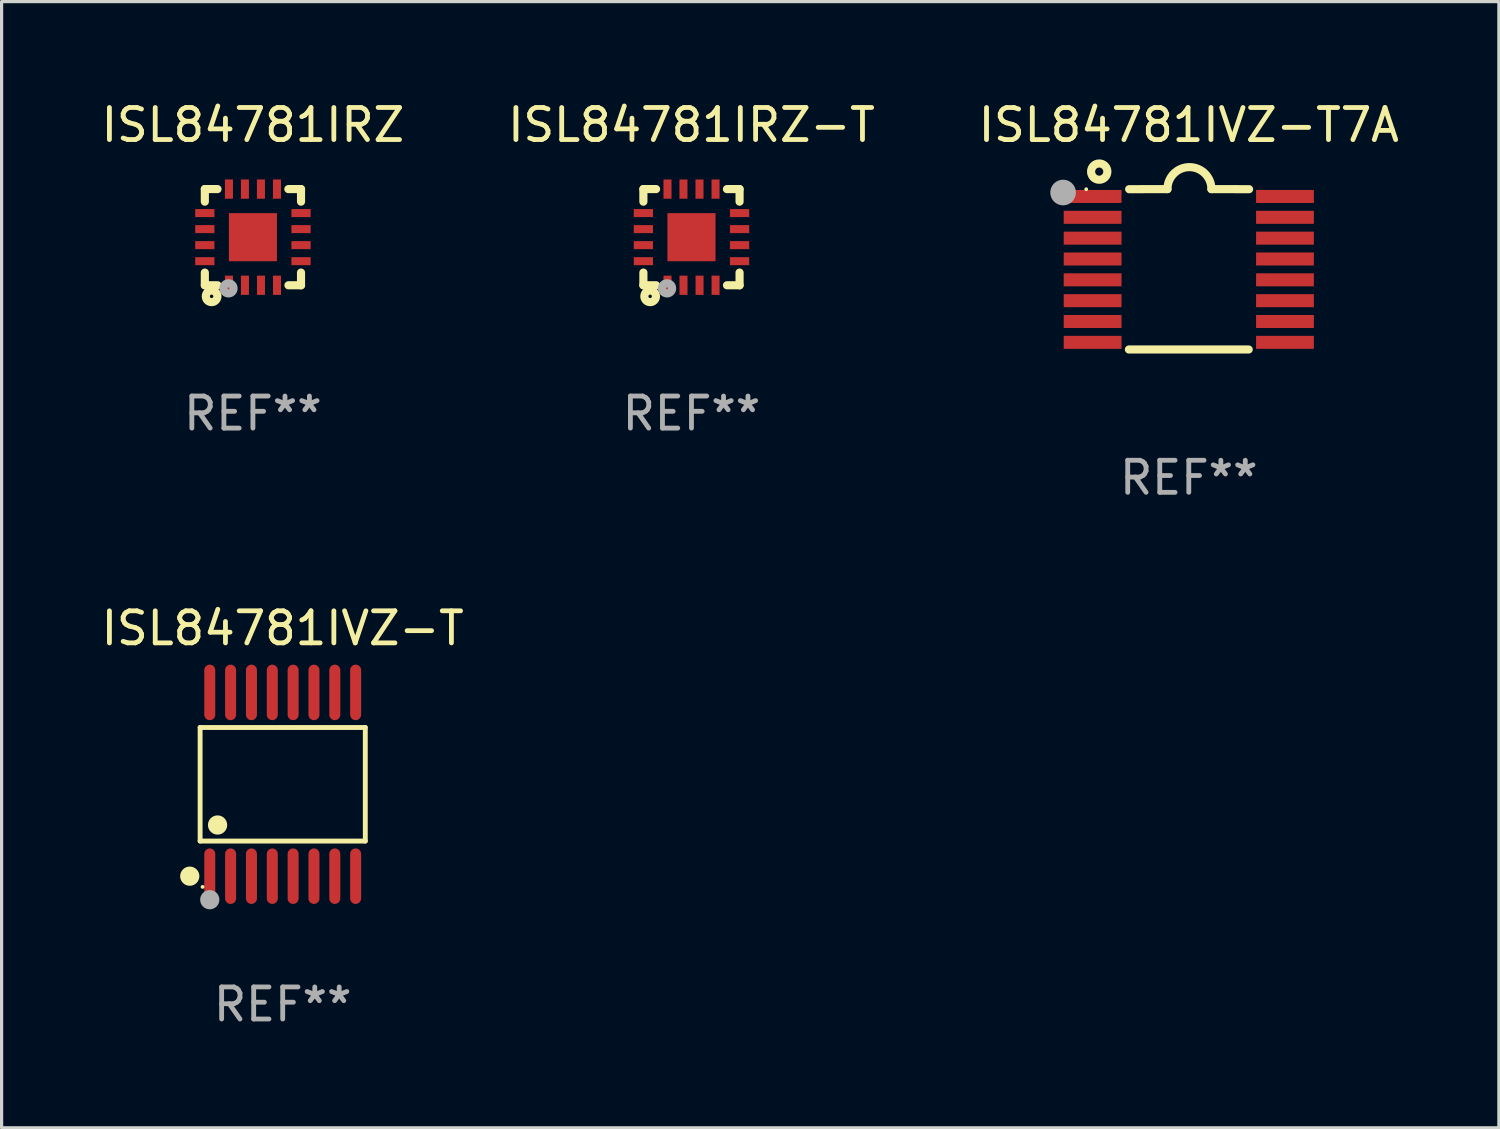
<source format=kicad_pcb>
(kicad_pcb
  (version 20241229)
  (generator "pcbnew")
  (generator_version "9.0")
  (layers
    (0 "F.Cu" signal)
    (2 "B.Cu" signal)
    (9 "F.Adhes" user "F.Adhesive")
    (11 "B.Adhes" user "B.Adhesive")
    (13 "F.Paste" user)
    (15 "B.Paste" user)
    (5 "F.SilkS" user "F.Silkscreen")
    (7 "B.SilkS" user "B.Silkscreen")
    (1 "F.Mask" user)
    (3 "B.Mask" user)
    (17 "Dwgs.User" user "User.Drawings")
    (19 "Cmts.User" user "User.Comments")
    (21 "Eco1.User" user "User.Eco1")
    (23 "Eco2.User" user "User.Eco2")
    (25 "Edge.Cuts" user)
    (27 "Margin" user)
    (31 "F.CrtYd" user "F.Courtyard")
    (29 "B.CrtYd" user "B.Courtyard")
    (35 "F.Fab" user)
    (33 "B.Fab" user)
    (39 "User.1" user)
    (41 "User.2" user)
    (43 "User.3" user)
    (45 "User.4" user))
  (footprint "ISL84781IRZ"
    (layer "F.Cu")
    (at 4.839 4.348)
    (property "Reference" "ISL84781IRZ" (at 0 -3.5 0) (layer "F.SilkS") (effects (font (size 1 1) (thickness 0.15))))
    (attr through_hole)
    (fp_line (start -1.5 -1.5) (end -1.5 -1.108) (stroke (width 0.254) (type solid)) (layer "F.SilkS"))
    (fp_line (start -1.5 -1.5) (end -1.105 -1.5) (stroke (width 0.254) (type solid)) (layer "F.SilkS"))
    (fp_line (start -1.5 1.104) (end -1.5 1.5) (stroke (width 0.254) (type solid)) (layer "F.SilkS"))
    (fp_line (start -1.5 1.5) (end -1.105 1.5) (stroke (width 0.254) (type solid)) (layer "F.SilkS"))
    (fp_line (start 1.106 -1.5) (end 1.5 -1.5) (stroke (width 0.254) (type solid)) (layer "F.SilkS"))
    (fp_line (start 1.108 1.5) (end 1.5 1.5) (stroke (width 0.254) (type solid)) (layer "F.SilkS"))
    (fp_line (start 1.5 -1.108) (end 1.5 -1.5) (stroke (width 0.254) (type solid)) (layer "F.SilkS"))
    (fp_line (start 1.5 1.5) (end 1.5 1.104) (stroke (width 0.254) (type solid)) (layer "F.SilkS"))
    (fp_circle (center -1.5 1.5) (end -1.47 1.5) (stroke (width 0.06) (type solid)) (fill no) (layer "F.SilkS"))
    (fp_circle (center -1.289 1.845) (end -1.235 1.845) (stroke (width 0.254) (type solid)) (fill no) (layer "F.SilkS"))
    (fp_circle (center -0.762 1.596) (end -0.731 1.596) (stroke (width 0.254) (type solid)) (fill no) (layer "F.Fab"))
    (fp_text user "REF**" (at 0 5.5 0) (layer "F.Fab") (effects (font (size 1 1) (thickness 0.15))))
    (pad "1" smd rect (at -0.748 1.5 180) (size 0.25 0.6) (layers "F.Cu" "F.Mask" "F.Paste"))
    (pad "2" smd rect (at -0.249 1.5 180) (size 0.25 0.6) (layers "F.Cu" "F.Mask" "F.Paste"))
    (pad "3" smd rect (at 0.252 1.5 180) (size 0.25 0.6) (layers "F.Cu" "F.Mask" "F.Paste"))
    (pad "4" smd rect (at 0.751 1.5 180) (size 0.25 0.6) (layers "F.Cu" "F.Mask" "F.Paste"))
    (pad "5" smd rect (at 1.5 0.748 270) (size 0.25 0.6) (layers "F.Cu" "F.Mask" "F.Paste"))
    (pad "6" smd rect (at 1.5 0.248 270) (size 0.25 0.6) (layers "F.Cu" "F.Mask" "F.Paste"))
    (pad "7" smd rect (at 1.5 -0.252 270) (size 0.25 0.6) (layers "F.Cu" "F.Mask" "F.Paste"))
    (pad "8" smd rect (at 1.5 -0.752 270) (size 0.25 0.6) (layers "F.Cu" "F.Mask" "F.Paste"))
    (pad "9" smd rect (at 0.75 -1.5) (size 0.25 0.6) (layers "F.Cu" "F.Mask" "F.Paste"))
    (pad "10" smd rect (at 0.25 -1.5) (size 0.25 0.6) (layers "F.Cu" "F.Mask" "F.Paste"))
    (pad "11" smd rect (at -0.25 -1.5) (size 0.25 0.6) (layers "F.Cu" "F.Mask" "F.Paste"))
    (pad "12" smd rect (at -0.748 -1.5) (size 0.25 0.6) (layers "F.Cu" "F.Mask" "F.Paste"))
    (pad "13" smd rect (at -1.5 -0.752 90) (size 0.25 0.6) (layers "F.Cu" "F.Mask" "F.Paste"))
    (pad "14" smd rect (at -1.5 -0.252 90) (size 0.25 0.6) (layers "F.Cu" "F.Mask" "F.Paste"))
    (pad "15" smd rect (at -1.5 0.248 90) (size 0.25 0.6) (layers "F.Cu" "F.Mask" "F.Paste"))
    (pad "16" smd rect (at -1.5 0.748 90) (size 0.25 0.6) (layers "F.Cu" "F.Mask" "F.Paste"))
    (pad "17" smd rect (at -0.000064 0.000076 90) (size 1.5 1.5) (layers "F.Cu" "F.Mask" "F.Paste")))
  (footprint "ISL84781IVZ-T7A"
    (layer "F.Cu")
    (at 34.03 5.35)
    (property "Reference" "ISL84781IVZ-T7A" (at 0 -4.501 0) (layer "F.SilkS") (effects (font (size 1 1) (thickness 0.15))))
    (attr through_hole)
    (fp_line (start -1.868 2.501) (end 1.868 2.501) (stroke (width 0.254) (type solid)) (layer "F.SilkS"))
    (fp_line (start -1.86 -2.499) (end -0.666 -2.501) (stroke (width 0.254) (type solid)) (layer "F.SilkS"))
    (fp_line (start 0.706 -2.501) (end 1.88 -2.499) (stroke (width 0.254) (type solid)) (layer "F.SilkS"))
    (fp_arc (start -0.665914 -2.501448) (mid 0.019888 -3.18725) (end 0.70569 -2.501448) (stroke (width 0.254001) (type solid)) (layer "F.SilkS"))
    (fp_circle (center -3.2 -2.497) (end -3.17 -2.497) (stroke (width 0.06) (type solid)) (fill no) (layer "F.SilkS"))
    (fp_circle (center -2.794 -3.047) (end -2.54 -3.047) (stroke (width 0.254) (type solid)) (fill no) (layer "F.SilkS"))
    (fp_circle (center -3.921 -2.395) (end -3.721 -2.395) (stroke (width 0.4) (type solid)) (fill no) (layer "F.Fab"))
    (fp_text user "REF**" (at 0 6.501 0) (layer "F.Fab") (effects (font (size 1 1) (thickness 0.15))))
    (pad "1" smd rect (at -3 -2.272) (size 1.803 0.406) (layers "F.Cu" "F.Mask" "F.Paste"))
    (pad "2" smd rect (at -3 -1.622) (size 1.803 0.406) (layers "F.Cu" "F.Mask" "F.Paste"))
    (pad "3" smd rect (at -3 -0.972) (size 1.803 0.406) (layers "F.Cu" "F.Mask" "F.Paste"))
    (pad "4" smd rect (at -3 -0.322) (size 1.803 0.406) (layers "F.Cu" "F.Mask" "F.Paste"))
    (pad "5" smd rect (at -3 0.328) (size 1.803 0.406) (layers "F.Cu" "F.Mask" "F.Paste"))
    (pad "6" smd rect (at -3 0.978) (size 1.803 0.406) (layers "F.Cu" "F.Mask" "F.Paste"))
    (pad "7" smd rect (at -3 1.628) (size 1.803 0.406) (layers "F.Cu" "F.Mask" "F.Paste"))
    (pad "8" smd rect (at -3 2.278) (size 1.803 0.406) (layers "F.Cu" "F.Mask" "F.Paste"))
    (pad "9" smd rect (at 3 2.278) (size 1.803 0.406) (layers "F.Cu" "F.Mask" "F.Paste"))
    (pad "10" smd rect (at 3 1.628) (size 1.803 0.406) (layers "F.Cu" "F.Mask" "F.Paste"))
    (pad "11" smd rect (at 3 0.978) (size 1.803 0.406) (layers "F.Cu" "F.Mask" "F.Paste"))
    (pad "12" smd rect (at 3 0.328) (size 1.803 0.406) (layers "F.Cu" "F.Mask" "F.Paste"))
    (pad "13" smd rect (at 3 -0.322) (size 1.803 0.406) (layers "F.Cu" "F.Mask" "F.Paste"))
    (pad "14" smd rect (at 3 -0.972) (size 1.803 0.406) (layers "F.Cu" "F.Mask" "F.Paste"))
    (pad "15" smd rect (at 3 -1.622) (size 1.803 0.406) (layers "F.Cu" "F.Mask" "F.Paste"))
    (pad "16" smd rect (at 3 -2.272) (size 1.803 0.406) (layers "F.Cu" "F.Mask" "F.Paste")))
  (footprint "ISL84781IVZ-T"
    (layer "F.Cu")
    (at 5.768 21.413)
    (property "Reference" "ISL84781IVZ-T" (at 0 -4.866 0) (layer "F.SilkS") (effects (font (size 1 1) (thickness 0.15))))
    (attr through_hole)
    (fp_line (start -2.576 -1.772) (end 2.576 -1.772) (stroke (width 0.152) (type solid)) (layer "F.SilkS"))
    (fp_line (start -2.576 1.771) (end -2.576 -1.772) (stroke (width 0.152) (type solid)) (layer "F.SilkS"))
    (fp_line (start 2.576 -1.772) (end 2.576 1.771) (stroke (width 0.152) (type solid)) (layer "F.SilkS"))
    (fp_line (start 2.576 1.771) (end -2.576 1.771) (stroke (width 0.152) (type solid)) (layer "F.SilkS"))
    (fp_circle (center -2.899 2.866) (end -2.749 2.866) (stroke (width 0.3) (type solid)) (fill no) (layer "F.SilkS"))
    (fp_circle (center -2.5 3.2) (end -2.47 3.2) (stroke (width 0.06) (type solid)) (fill no) (layer "F.SilkS"))
    (fp_circle (center -2.032 1.27) (end -1.882 1.27) (stroke (width 0.3) (type solid)) (fill no) (layer "F.SilkS"))
    (fp_circle (center -2.275 3.6) (end -2.125 3.6) (stroke (width 0.3) (type solid)) (fill no) (layer "F.Fab"))
    (fp_text user "REF**" (at 0 6.866 0) (layer "F.Fab") (effects (font (size 1 1) (thickness 0.15))))
    (pad "1" smd oval (at -2.275 2.866) (size 0.343 1.731) (layers "F.Cu" "F.Mask" "F.Paste"))
    (pad "2" smd oval (at -1.625 2.866) (size 0.343 1.731) (layers "F.Cu" "F.Mask" "F.Paste"))
    (pad "3" smd oval (at -0.975 2.866) (size 0.343 1.731) (layers "F.Cu" "F.Mask" "F.Paste"))
    (pad "4" smd oval (at -0.325 2.866) (size 0.343 1.731) (layers "F.Cu" "F.Mask" "F.Paste"))
    (pad "5" smd oval (at 0.325 2.866) (size 0.343 1.731) (layers "F.Cu" "F.Mask" "F.Paste"))
    (pad "6" smd oval (at 0.975 2.866) (size 0.343 1.731) (layers "F.Cu" "F.Mask" "F.Paste"))
    (pad "7" smd oval (at 1.625 2.866) (size 0.343 1.731) (layers "F.Cu" "F.Mask" "F.Paste"))
    (pad "8" smd oval (at 2.275 2.866) (size 0.343 1.731) (layers "F.Cu" "F.Mask" "F.Paste"))
    (pad "9" smd oval (at 2.275 -2.866) (size 0.343 1.731) (layers "F.Cu" "F.Mask" "F.Paste"))
    (pad "10" smd oval (at 1.625 -2.866) (size 0.343 1.731) (layers "F.Cu" "F.Mask" "F.Paste"))
    (pad "11" smd oval (at 0.975 -2.866) (size 0.343 1.731) (layers "F.Cu" "F.Mask" "F.Paste"))
    (pad "12" smd oval (at 0.325 -2.866) (size 0.343 1.731) (layers "F.Cu" "F.Mask" "F.Paste"))
    (pad "13" smd oval (at -0.325 -2.866) (size 0.343 1.731) (layers "F.Cu" "F.Mask" "F.Paste"))
    (pad "14" smd oval (at -0.975 -2.866) (size 0.343 1.731) (layers "F.Cu" "F.Mask" "F.Paste"))
    (pad "15" smd oval (at -1.625 -2.866) (size 0.343 1.731) (layers "F.Cu" "F.Mask" "F.Paste"))
    (pad "16" smd oval (at -2.275 -2.866) (size 0.343 1.731) (layers "F.Cu" "F.Mask" "F.Paste")))
  (footprint "ISL84781IRZ-T"
    (layer "F.Cu")
    (at 18.518 4.348)
    (property "Reference" "ISL84781IRZ-T" (at 0 -3.5 0) (layer "F.SilkS") (effects (font (size 1 1) (thickness 0.15))))
    (attr through_hole)
    (fp_line (start -1.5 -1.5) (end -1.5 -1.108) (stroke (width 0.254) (type solid)) (layer "F.SilkS"))
    (fp_line (start -1.5 -1.5) (end -1.105 -1.5) (stroke (width 0.254) (type solid)) (layer "F.SilkS"))
    (fp_line (start -1.5 1.104) (end -1.5 1.5) (stroke (width 0.254) (type solid)) (layer "F.SilkS"))
    (fp_line (start -1.5 1.5) (end -1.105 1.5) (stroke (width 0.254) (type solid)) (layer "F.SilkS"))
    (fp_line (start 1.106 -1.5) (end 1.5 -1.5) (stroke (width 0.254) (type solid)) (layer "F.SilkS"))
    (fp_line (start 1.108 1.5) (end 1.5 1.5) (stroke (width 0.254) (type solid)) (layer "F.SilkS"))
    (fp_line (start 1.5 -1.108) (end 1.5 -1.5) (stroke (width 0.254) (type solid)) (layer "F.SilkS"))
    (fp_line (start 1.5 1.5) (end 1.5 1.104) (stroke (width 0.254) (type solid)) (layer "F.SilkS"))
    (fp_circle (center -1.5 1.5) (end -1.47 1.5) (stroke (width 0.06) (type solid)) (fill no) (layer "F.SilkS"))
    (fp_circle (center -1.289 1.845) (end -1.235 1.845) (stroke (width 0.254) (type solid)) (fill no) (layer "F.SilkS"))
    (fp_circle (center -0.762 1.596) (end -0.731 1.596) (stroke (width 0.254) (type solid)) (fill no) (layer "F.Fab"))
    (fp_text user "REF**" (at 0 5.5 0) (layer "F.Fab") (effects (font (size 1 1) (thickness 0.15))))
    (pad "1" smd rect (at -0.748 1.5 180) (size 0.25 0.6) (layers "F.Cu" "F.Mask" "F.Paste"))
    (pad "2" smd rect (at -0.249 1.5 180) (size 0.25 0.6) (layers "F.Cu" "F.Mask" "F.Paste"))
    (pad "3" smd rect (at 0.252 1.5 180) (size 0.25 0.6) (layers "F.Cu" "F.Mask" "F.Paste"))
    (pad "4" smd rect (at 0.751 1.5 180) (size 0.25 0.6) (layers "F.Cu" "F.Mask" "F.Paste"))
    (pad "5" smd rect (at 1.5 0.748 270) (size 0.25 0.6) (layers "F.Cu" "F.Mask" "F.Paste"))
    (pad "6" smd rect (at 1.5 0.248 270) (size 0.25 0.6) (layers "F.Cu" "F.Mask" "F.Paste"))
    (pad "7" smd rect (at 1.5 -0.252 270) (size 0.25 0.6) (layers "F.Cu" "F.Mask" "F.Paste"))
    (pad "8" smd rect (at 1.5 -0.752 270) (size 0.25 0.6) (layers "F.Cu" "F.Mask" "F.Paste"))
    (pad "9" smd rect (at 0.75 -1.5) (size 0.25 0.6) (layers "F.Cu" "F.Mask" "F.Paste"))
    (pad "10" smd rect (at 0.25 -1.5) (size 0.25 0.6) (layers "F.Cu" "F.Mask" "F.Paste"))
    (pad "11" smd rect (at -0.25 -1.5) (size 0.25 0.6) (layers "F.Cu" "F.Mask" "F.Paste"))
    (pad "12" smd rect (at -0.748 -1.5) (size 0.25 0.6) (layers "F.Cu" "F.Mask" "F.Paste"))
    (pad "13" smd rect (at -1.5 -0.752 90) (size 0.25 0.6) (layers "F.Cu" "F.Mask" "F.Paste"))
    (pad "14" smd rect (at -1.5 -0.252 90) (size 0.25 0.6) (layers "F.Cu" "F.Mask" "F.Paste"))
    (pad "15" smd rect (at -1.5 0.248 90) (size 0.25 0.6) (layers "F.Cu" "F.Mask" "F.Paste"))
    (pad "16" smd rect (at -1.5 0.748 90) (size 0.25 0.6) (layers "F.Cu" "F.Mask" "F.Paste"))
    (pad "17" smd rect (at -0.000064 0.000076 90) (size 1.5 1.5) (layers "F.Cu" "F.Mask" "F.Paste")))
  (gr_rect
    (start -3 -3)
    (end 43.702 32.127)
    (stroke (width 0.1) (type default))
    (fill no)
    (layer "Edge.Cuts")))
</source>
